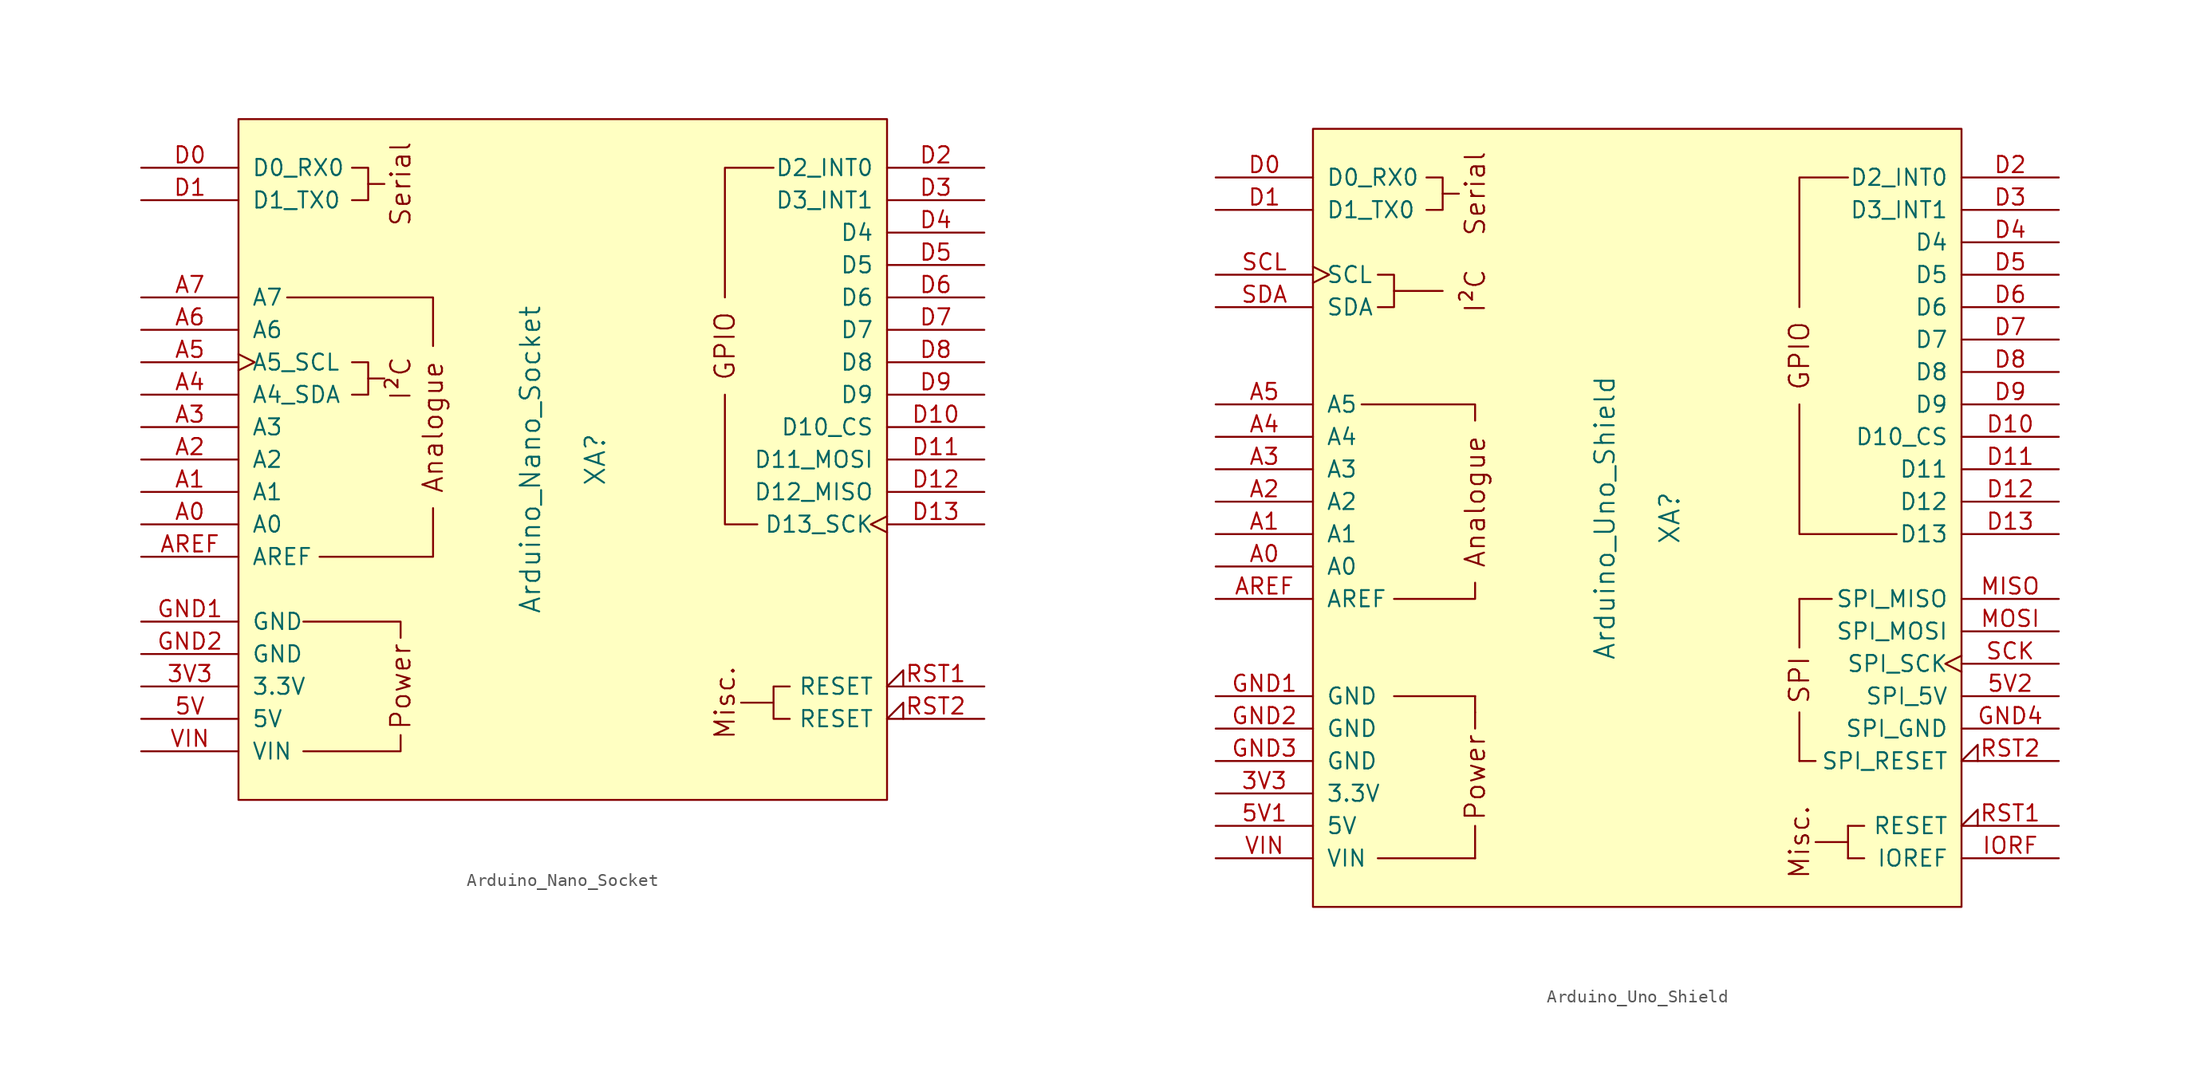
<source format=kicad_sym>
(kicad_symbol_lib
  (version 20220914)
  (generator kicad_symbol_editor)
  (symbol "Arduino_Nano_Socket"
    (pin_names
      (offset 1.016))
    (property "Reference" "XA"
      (at 2.54 0 90)
      (effects (font (size 1.524 1.524))))
    (property "Value" "Arduino_Nano_Socket"
      (at -2.54 0 90)
      (effects (font (size 1.524 1.524))))
    (symbol "Arduino_Nano_Socket_0_0"
      (rectangle (start -25.4 26.67) (end 25.4 -26.67) (stroke (width 0) (type solid)) (fill (type background)))
      (polyline (pts (xy -15.24 6.35) (xy -13.97 6.35)) (stroke (width 0) (type solid)) (fill (type none)))
      (polyline (pts (xy -15.24 21.59) (xy -13.97 21.59)) (stroke (width 0) (type solid)) (fill (type none)))
      (polyline (pts (xy 16.51 -19.05) (xy 13.97 -19.05)) (stroke (width 0) (type solid)) (fill (type none)))
      (polyline (pts (xy -20.32 -22.86) (xy -12.7 -22.86) (xy -12.7 -21.59)) (stroke (width 0) (type solid)) (fill (type none)))
      (polyline (pts (xy -12.7 -13.97) (xy -12.7 -12.7) (xy -20.32 -12.7)) (stroke (width 0) (type solid)) (fill (type none)))
      (polyline (pts (xy -16.51 7.62) (xy -15.24 7.62) (xy -15.24 5.08) (xy -16.51 5.08)) (stroke (width 0) (type solid)) (fill (type none)))
      (polyline (pts (xy -16.51 22.86) (xy -15.24 22.86) (xy -15.24 20.32) (xy -16.51 20.32)) (stroke (width 0) (type solid)) (fill (type none)))
      (text "Analogue" (at -10.16 2.54 900) (effects (font (size 1.524 1.524))))
      (text "I²C" (at -12.7 6.35 900) (effects (font (size 1.524 1.524))))
      (text "Misc." (at 12.7 -19.05 900) (effects (font (size 1.524 1.524))))
      (text "Power" (at -12.7 -17.78 900) (effects (font (size 1.524 1.524))))
      (text "Serial" (at -12.7 21.59 900) (effects (font (size 1.524 1.524)))))
    (symbol "Arduino_Nano_Socket_0_1"
      (polyline (pts (xy -21.59 12.7) (xy -10.16 12.7) (xy -10.16 8.89)) (stroke (width 0) (type solid)) (fill (type none)))
      (polyline (pts (xy -19.05 -7.62) (xy -10.16 -7.62) (xy -10.16 -3.81)) (stroke (width 0) (type solid)) (fill (type none)))
      (polyline (pts (xy 15.24 -5.08) (xy 12.7 -5.08) (xy 12.7 5.08)) (stroke (width 0) (type solid)) (fill (type none)))
      (polyline (pts (xy 16.51 22.86) (xy 12.7 22.86) (xy 12.7 12.7)) (stroke (width 0) (type solid)) (fill (type none)))
      (polyline (pts (xy 17.78 -17.78) (xy 16.51 -17.78) (xy 16.51 -20.32) (xy 17.78 -20.32)) (stroke (width 0) (type solid)) (fill (type none))))
    (symbol "Arduino_Nano_Socket_1_0"
      (text "GPIO" (at 12.7 8.89 900) (effects (font (size 1.524 1.524)))))
    (symbol "Arduino_Nano_Socket_1_1"
      (pin power_in line (at -33.02 -17.78 0) (length 7.62) (name "3.3V" (effects (font (size 1.27 1.27)))) (number "3V3" (effects (font (size 1.27 1.27)))))
      (pin power_in line (at -33.02 -20.32 0) (length 7.62) (name "5V" (effects (font (size 1.27 1.27)))) (number "5V" (effects (font (size 1.27 1.27)))))
      (pin bidirectional line (at -33.02 -5.08 0) (length 7.62) (name "A0" (effects (font (size 1.27 1.27)))) (number "A0" (effects (font (size 1.27 1.27)))))
      (pin bidirectional line (at -33.02 -2.54 0) (length 7.62) (name "A1" (effects (font (size 1.27 1.27)))) (number "A1" (effects (font (size 1.27 1.27)))))
      (pin bidirectional line (at -33.02 0 0) (length 7.62) (name "A2" (effects (font (size 1.27 1.27)))) (number "A2" (effects (font (size 1.27 1.27)))))
      (pin bidirectional line (at -33.02 2.54 0) (length 7.62) (name "A3" (effects (font (size 1.27 1.27)))) (number "A3" (effects (font (size 1.27 1.27)))))
      (pin bidirectional line (at -33.02 5.08 0) (length 7.62) (name "A4_SDA" (effects (font (size 1.27 1.27)))) (number "A4" (effects (font (size 1.27 1.27)))))
      (pin bidirectional clock (at -33.02 7.62 0) (length 7.62) (name "A5_SCL" (effects (font (size 1.27 1.27)))) (number "A5" (effects (font (size 1.27 1.27)))))
      (pin input line (at -33.02 10.16 0) (length 7.62) (name "A6" (effects (font (size 1.27 1.27)))) (number "A6" (effects (font (size 1.27 1.27)))))
      (pin input line (at -33.02 12.7 0) (length 7.62) (name "A7" (effects (font (size 1.27 1.27)))) (number "A7" (effects (font (size 1.27 1.27)))))
      (pin input line (at -33.02 -7.62 0) (length 7.62) (name "AREF" (effects (font (size 1.27 1.27)))) (number "AREF" (effects (font (size 1.27 1.27)))))
      (pin bidirectional line (at -33.02 22.86 0) (length 7.62) (name "D0_RX0" (effects (font (size 1.27 1.27)))) (number "D0" (effects (font (size 1.27 1.27)))))
      (pin bidirectional line (at -33.02 20.32 0) (length 7.62) (name "D1_TX0" (effects (font (size 1.27 1.27)))) (number "D1" (effects (font (size 1.27 1.27)))))
      (pin bidirectional line (at 33.02 2.54 180) (length 7.62) (name "D10_CS" (effects (font (size 1.27 1.27)))) (number "D10" (effects (font (size 1.27 1.27)))))
      (pin bidirectional line (at 33.02 0 180) (length 7.62) (name "D11_MOSI" (effects (font (size 1.27 1.27)))) (number "D11" (effects (font (size 1.27 1.27)))))
      (pin bidirectional line (at 33.02 -2.54 180) (length 7.62) (name "D12_MISO" (effects (font (size 1.27 1.27)))) (number "D12" (effects (font (size 1.27 1.27)))))
      (pin bidirectional clock (at 33.02 -5.08 180) (length 7.62) (name "D13_SCK" (effects (font (size 1.27 1.27)))) (number "D13" (effects (font (size 1.27 1.27)))))
      (pin bidirectional line (at 33.02 22.86 180) (length 7.62) (name "D2_INT0" (effects (font (size 1.27 1.27)))) (number "D2" (effects (font (size 1.27 1.27)))))
      (pin bidirectional line (at 33.02 20.32 180) (length 7.62) (name "D3_INT1" (effects (font (size 1.27 1.27)))) (number "D3" (effects (font (size 1.27 1.27)))))
      (pin bidirectional line (at 33.02 17.78 180) (length 7.62) (name "D4" (effects (font (size 1.27 1.27)))) (number "D4" (effects (font (size 1.27 1.27)))))
      (pin bidirectional line (at 33.02 15.24 180) (length 7.62) (name "D5" (effects (font (size 1.27 1.27)))) (number "D5" (effects (font (size 1.27 1.27)))))
      (pin bidirectional line (at 33.02 12.7 180) (length 7.62) (name "D6" (effects (font (size 1.27 1.27)))) (number "D6" (effects (font (size 1.27 1.27)))))
      (pin bidirectional line (at 33.02 10.16 180) (length 7.62) (name "D7" (effects (font (size 1.27 1.27)))) (number "D7" (effects (font (size 1.27 1.27)))))
      (pin bidirectional line (at 33.02 7.62 180) (length 7.62) (name "D8" (effects (font (size 1.27 1.27)))) (number "D8" (effects (font (size 1.27 1.27)))))
      (pin bidirectional line (at 33.02 5.08 180) (length 7.62) (name "D9" (effects (font (size 1.27 1.27)))) (number "D9" (effects (font (size 1.27 1.27)))))
      (pin power_in line (at -33.02 -12.7 0) (length 7.62) (name "GND" (effects (font (size 1.27 1.27)))) (number "GND1" (effects (font (size 1.27 1.27)))))
      (pin power_in line (at -33.02 -15.24 0) (length 7.62) (name "GND" (effects (font (size 1.27 1.27)))) (number "GND2" (effects (font (size 1.27 1.27)))))
      (pin open_collector input_low (at 33.02 -17.78 180) (length 7.62) (name "RESET" (effects (font (size 1.27 1.27)))) (number "RST1" (effects (font (size 1.27 1.27)))))
      (pin open_collector input_low (at 33.02 -20.32 180) (length 7.62) (name "RESET" (effects (font (size 1.27 1.27)))) (number "RST2" (effects (font (size 1.27 1.27)))))
      (pin power_in line (at -33.02 -22.86 0) (length 7.62) (name "VIN" (effects (font (size 1.27 1.27)))) (number "VIN" (effects (font (size 1.27 1.27)))))))
  (symbol "Arduino_Uno_Shield"
    (pin_names
      (offset 1.016))
    (property "Reference" "XA"
      (at 2.54 0 90)
      (effects (font (size 1.524 1.524))))
    (property "Value" "Arduino_Uno_Shield"
      (at -2.54 0 90)
      (effects (font (size 1.524 1.524))))
    (symbol "Arduino_Uno_Shield_0_0"
      (rectangle (start -25.4 30.48) (end 25.4 -30.48) (stroke (width 0) (type solid)) (fill (type background)))
      (rectangle (start -20.32 -26.67) (end -12.7 -26.67) (stroke (width 0) (type solid)) (fill (type none)))
      (rectangle (start -19.05 -13.97) (end -12.7 -13.97) (stroke (width 0) (type solid)) (fill (type none)))
      (polyline (pts (xy -19.05 17.78) (xy -15.24 17.78)) (stroke (width 0) (type solid)) (fill (type none)))
      (polyline (pts (xy -15.24 25.4) (xy -13.97 25.4)) (stroke (width 0) (type solid)) (fill (type none)))
      (polyline (pts (xy -12.7 -26.67) (xy -12.7 -24.13)) (stroke (width 0) (type solid)) (fill (type none)))
      (polyline (pts (xy -12.7 -15.24) (xy -12.7 -16.51)) (stroke (width 0) (type solid)) (fill (type none)))
      (polyline (pts (xy -12.7 -13.97) (xy -12.7 -15.24)) (stroke (width 0) (type solid)) (fill (type none)))
      (polyline (pts (xy -12.7 -5.08) (xy -12.7 -6.35) (xy -19.05 -6.35)) (stroke (width 0) (type solid)) (fill (type none)))
      (polyline (pts (xy -12.7 7.62) (xy -12.7 8.89) (xy -21.59 8.89)) (stroke (width 0) (type solid)) (fill (type none)))
      (polyline (pts (xy 12.7 8.89) (xy 12.7 -1.27) (xy 20.32 -1.27)) (stroke (width 0) (type solid)) (fill (type none)))
      (polyline (pts (xy 12.7 16.51) (xy 12.7 26.67) (xy 16.51 26.67)) (stroke (width 0) (type solid)) (fill (type none)))
      (polyline (pts (xy -20.32 19.05) (xy -19.05 19.05) (xy -19.05 16.51) (xy -20.32 16.51)) (stroke (width 0) (type solid)) (fill (type none)))
      (polyline (pts (xy -16.51 26.67) (xy -15.24 26.67) (xy -15.24 24.13) (xy -16.51 24.13)) (stroke (width 0) (type solid)) (fill (type none)))
      (rectangle (start 12.7 -19.05) (end 12.7 -15.24) (stroke (width 0) (type solid)) (fill (type none)))
      (rectangle (start 12.7 -10.16) (end 12.7 -6.35) (stroke (width 0) (type solid)) (fill (type none)))
      (rectangle (start 13.97 -19.05) (end 12.7 -19.05) (stroke (width 0) (type solid)) (fill (type none)))
      (rectangle (start 15.24 -6.35) (end 12.7 -6.35) (stroke (width 0) (type solid)) (fill (type none)))
      (rectangle (start 16.51 -25.4) (end 13.97 -25.4) (stroke (width 0) (type solid)) (fill (type none)))
      (rectangle (start 16.51 -24.13) (end 16.51 -26.67) (stroke (width 0) (type solid)) (fill (type none)))
      (rectangle (start 17.78 -26.67) (end 16.51 -26.67) (stroke (width 0) (type solid)) (fill (type none)))
      (rectangle (start 17.78 -24.13) (end 16.51 -24.13) (stroke (width 0) (type solid)) (fill (type none)))
      (text "Analogue" (at -12.7 1.27 900) (effects (font (size 1.524 1.524))))
      (text "I²C" (at -12.7 17.78 900) (effects (font (size 1.524 1.524))))
      (text "Misc." (at 12.7 -25.4 900) (effects (font (size 1.524 1.524))))
      (text "Power" (at -12.7 -20.32 900) (effects (font (size 1.524 1.524))))
      (text "Serial" (at -12.7 25.4 900) (effects (font (size 1.524 1.524))))
      (text "SPI" (at 12.7 -12.7 900) (effects (font (size 1.524 1.524)))))
    (symbol "Arduino_Uno_Shield_1_0"
      (text "GPIO" (at 12.7 12.7 900) (effects (font (size 1.524 1.524)))))
    (symbol "Arduino_Uno_Shield_1_1"
      (pin power_in line (at -33.02 -21.59 0) (length 7.62) (name "3.3V" (effects (font (size 1.27 1.27)))) (number "3V3" (effects (font (size 1.27 1.27)))))
      (pin power_in line (at -33.02 -24.13 0) (length 7.62) (name "5V" (effects (font (size 1.27 1.27)))) (number "5V1" (effects (font (size 1.27 1.27)))))
      (pin power_in line (at 33.02 -13.97 180) (length 7.62) (name "SPI_5V" (effects (font (size 1.27 1.27)))) (number "5V2" (effects (font (size 1.27 1.27)))))
      (pin bidirectional line (at -33.02 -3.81 0) (length 7.62) (name "A0" (effects (font (size 1.27 1.27)))) (number "A0" (effects (font (size 1.27 1.27)))))
      (pin bidirectional line (at -33.02 -1.27 0) (length 7.62) (name "A1" (effects (font (size 1.27 1.27)))) (number "A1" (effects (font (size 1.27 1.27)))))
      (pin bidirectional line (at -33.02 1.27 0) (length 7.62) (name "A2" (effects (font (size 1.27 1.27)))) (number "A2" (effects (font (size 1.27 1.27)))))
      (pin bidirectional line (at -33.02 3.81 0) (length 7.62) (name "A3" (effects (font (size 1.27 1.27)))) (number "A3" (effects (font (size 1.27 1.27)))))
      (pin bidirectional line (at -33.02 6.35 0) (length 7.62) (name "A4" (effects (font (size 1.27 1.27)))) (number "A4" (effects (font (size 1.27 1.27)))))
      (pin bidirectional line (at -33.02 8.89 0) (length 7.62) (name "A5" (effects (font (size 1.27 1.27)))) (number "A5" (effects (font (size 1.27 1.27)))))
      (pin input line (at -33.02 -6.35 0) (length 7.62) (name "AREF" (effects (font (size 1.27 1.27)))) (number "AREF" (effects (font (size 1.27 1.27)))))
      (pin bidirectional line (at -33.02 26.67 0) (length 7.62) (name "D0_RX0" (effects (font (size 1.27 1.27)))) (number "D0" (effects (font (size 1.27 1.27)))))
      (pin bidirectional line (at -33.02 24.13 0) (length 7.62) (name "D1_TX0" (effects (font (size 1.27 1.27)))) (number "D1" (effects (font (size 1.27 1.27)))))
      (pin bidirectional line (at 33.02 6.35 180) (length 7.62) (name "D10_CS" (effects (font (size 1.27 1.27)))) (number "D10" (effects (font (size 1.27 1.27)))))
      (pin bidirectional line (at 33.02 3.81 180) (length 7.62) (name "D11" (effects (font (size 1.27 1.27)))) (number "D11" (effects (font (size 1.27 1.27)))))
      (pin bidirectional line (at 33.02 1.27 180) (length 7.62) (name "D12" (effects (font (size 1.27 1.27)))) (number "D12" (effects (font (size 1.27 1.27)))))
      (pin bidirectional line (at 33.02 -1.27 180) (length 7.62) (name "D13" (effects (font (size 1.27 1.27)))) (number "D13" (effects (font (size 1.27 1.27)))))
      (pin bidirectional line (at 33.02 26.67 180) (length 7.62) (name "D2_INT0" (effects (font (size 1.27 1.27)))) (number "D2" (effects (font (size 1.27 1.27)))))
      (pin bidirectional line (at 33.02 24.13 180) (length 7.62) (name "D3_INT1" (effects (font (size 1.27 1.27)))) (number "D3" (effects (font (size 1.27 1.27)))))
      (pin bidirectional line (at 33.02 21.59 180) (length 7.62) (name "D4" (effects (font (size 1.27 1.27)))) (number "D4" (effects (font (size 1.27 1.27)))))
      (pin bidirectional line (at 33.02 19.05 180) (length 7.62) (name "D5" (effects (font (size 1.27 1.27)))) (number "D5" (effects (font (size 1.27 1.27)))))
      (pin bidirectional line (at 33.02 16.51 180) (length 7.62) (name "D6" (effects (font (size 1.27 1.27)))) (number "D6" (effects (font (size 1.27 1.27)))))
      (pin bidirectional line (at 33.02 13.97 180) (length 7.62) (name "D7" (effects (font (size 1.27 1.27)))) (number "D7" (effects (font (size 1.27 1.27)))))
      (pin bidirectional line (at 33.02 11.43 180) (length 7.62) (name "D8" (effects (font (size 1.27 1.27)))) (number "D8" (effects (font (size 1.27 1.27)))))
      (pin bidirectional line (at 33.02 8.89 180) (length 7.62) (name "D9" (effects (font (size 1.27 1.27)))) (number "D9" (effects (font (size 1.27 1.27)))))
      (pin power_in line (at -33.02 -13.97 0) (length 7.62) (name "GND" (effects (font (size 1.27 1.27)))) (number "GND1" (effects (font (size 1.27 1.27)))))
      (pin power_in line (at -33.02 -16.51 0) (length 7.62) (name "GND" (effects (font (size 1.27 1.27)))) (number "GND2" (effects (font (size 1.27 1.27)))))
      (pin power_in line (at -33.02 -19.05 0) (length 7.62) (name "GND" (effects (font (size 1.27 1.27)))) (number "GND3" (effects (font (size 1.27 1.27)))))
      (pin power_in line (at 33.02 -16.51 180) (length 7.62) (name "SPI_GND" (effects (font (size 1.27 1.27)))) (number "GND4" (effects (font (size 1.27 1.27)))))
      (pin output line (at 33.02 -26.67 180) (length 7.62) (name "IOREF" (effects (font (size 1.27 1.27)))) (number "IORF" (effects (font (size 1.27 1.27)))))
      (pin input line (at 33.02 -6.35 180) (length 7.62) (name "SPI_MISO" (effects (font (size 1.27 1.27)))) (number "MISO" (effects (font (size 1.27 1.27)))))
      (pin output line (at 33.02 -8.89 180) (length 7.62) (name "SPI_MOSI" (effects (font (size 1.27 1.27)))) (number "MOSI" (effects (font (size 1.27 1.27)))))
      (pin open_collector input_low (at 33.02 -24.13 180) (length 7.62) (name "RESET" (effects (font (size 1.27 1.27)))) (number "RST1" (effects (font (size 1.27 1.27)))))
      (pin open_collector input_low (at 33.02 -19.05 180) (length 7.62) (name "SPI_RESET" (effects (font (size 1.27 1.27)))) (number "RST2" (effects (font (size 1.27 1.27)))))
      (pin output clock (at 33.02 -11.43 180) (length 7.62) (name "SPI_SCK" (effects (font (size 1.27 1.27)))) (number "SCK" (effects (font (size 1.27 1.27)))))
      (pin bidirectional clock (at -33.02 19.05 0) (length 7.62) (name "SCL" (effects (font (size 1.27 1.27)))) (number "SCL" (effects (font (size 1.27 1.27)))))
      (pin bidirectional line (at -33.02 16.51 0) (length 7.62) (name "SDA" (effects (font (size 1.27 1.27)))) (number "SDA" (effects (font (size 1.27 1.27)))))
      (pin power_in line (at -33.02 -26.67 0) (length 7.62) (name "VIN" (effects (font (size 1.27 1.27)))) (number "VIN" (effects (font (size 1.27 1.27))))))))
</source>
